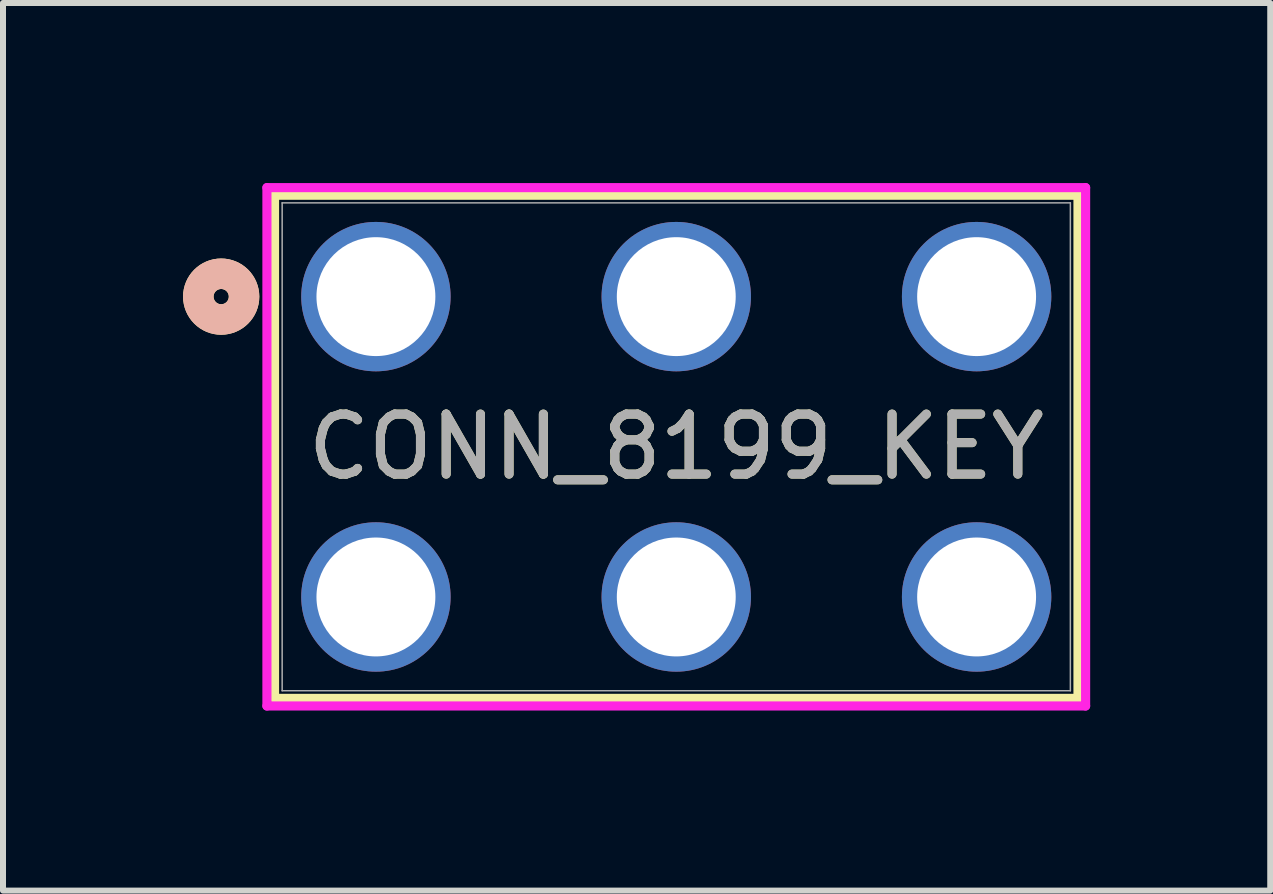
<source format=kicad_pcb>
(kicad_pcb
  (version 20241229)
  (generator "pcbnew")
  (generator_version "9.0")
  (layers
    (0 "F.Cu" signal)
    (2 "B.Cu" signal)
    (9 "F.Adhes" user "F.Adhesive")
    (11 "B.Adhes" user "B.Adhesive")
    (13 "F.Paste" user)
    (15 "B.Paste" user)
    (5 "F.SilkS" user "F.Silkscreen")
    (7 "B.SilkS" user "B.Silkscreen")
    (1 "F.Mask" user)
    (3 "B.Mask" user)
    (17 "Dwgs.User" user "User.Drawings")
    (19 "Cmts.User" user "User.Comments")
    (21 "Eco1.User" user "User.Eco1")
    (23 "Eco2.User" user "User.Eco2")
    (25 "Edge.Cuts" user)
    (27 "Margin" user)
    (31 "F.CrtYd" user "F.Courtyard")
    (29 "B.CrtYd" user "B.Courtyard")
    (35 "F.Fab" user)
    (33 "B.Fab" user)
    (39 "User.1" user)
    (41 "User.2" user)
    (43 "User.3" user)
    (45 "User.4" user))
  (footprint "CONN_8199_KEY"
    (layer "F.Cu")
    (at 3.213 1.892)
    (property "Reference" "CONN_8199_KEY" (at 5.004 2.502 0) (unlocked yes) (layer "F.SilkS") (effects (font (size 1 1) (thickness 0.15))))
    (attr through_hole)
    (fp_line (start -1.689 -1.689) (end -1.689 6.693) (stroke (width 0.152) (type solid)) (layer "F.SilkS"))
    (fp_line (start -1.689 6.693) (end 11.697 6.693) (stroke (width 0.152) (type solid)) (layer "F.SilkS"))
    (fp_line (start 11.697 -1.689) (end -1.689 -1.689) (stroke (width 0.152) (type solid)) (layer "F.SilkS"))
    (fp_line (start 11.697 6.693) (end 11.697 -1.689) (stroke (width 0.152) (type solid)) (layer "F.SilkS"))
    (fp_circle (center -2.578 0) (end -2.197 0) (stroke (width 0.508) (type solid)) (fill no) (layer "F.SilkS"))
    (fp_circle (center -2.578 0) (end -2.197 0) (stroke (width 0.508) (type solid)) (fill no) (layer "B.SilkS"))
    (fp_line (start -1.816 -1.816) (end -1.816 6.82) (stroke (width 0.152) (type solid)) (layer "F.CrtYd"))
    (fp_line (start -1.816 6.82) (end 11.824 6.82) (stroke (width 0.152) (type solid)) (layer "F.CrtYd"))
    (fp_line (start 11.824 -1.816) (end -1.816 -1.816) (stroke (width 0.152) (type solid)) (layer "F.CrtYd"))
    (fp_line (start 11.824 6.82) (end 11.824 -1.816) (stroke (width 0.152) (type solid)) (layer "F.CrtYd"))
    (fp_line (start -1.562 -1.562) (end -1.562 6.566) (stroke (width 0.025) (type solid)) (layer "F.Fab"))
    (fp_line (start -1.562 6.566) (end 11.57 6.566) (stroke (width 0.025) (type solid)) (layer "F.Fab"))
    (fp_line (start 11.57 -1.562) (end -1.562 -1.562) (stroke (width 0.025) (type solid)) (layer "F.Fab"))
    (fp_line (start 11.57 6.566) (end 11.57 -1.562) (stroke (width 0.025) (type solid)) (layer "F.Fab"))
    (fp_circle (center 0 0) (end 0.381 0) (stroke (width 0.508) (type solid)) (fill no) (layer "F.Fab"))
    (fp_text user "${REFERENCE}" (at 5.004 2.502 0) (unlocked yes) (layer "F.Fab") (effects (font (size 1 1) (thickness 0.15))))
    (pad "1" thru_hole circle (at 0 0) (size 2.489 2.489) (drill 1.981) (layers "*.Cu" "*.Mask"))
    (pad "2" thru_hole circle (at 0 5.004) (size 2.489 2.489) (drill 1.981) (layers "*.Cu" "*.Mask"))
    (pad "3" thru_hole circle (at 5.004 0) (size 2.489 2.489) (drill 1.981) (layers "*.Cu" "*.Mask"))
    (pad "4" thru_hole circle (at 5.004 5.004) (size 2.489 2.489) (drill 1.981) (layers "*.Cu" "*.Mask"))
    (pad "5" thru_hole circle (at 10.008 0) (size 2.489 2.489) (drill 1.981) (layers "*.Cu" "*.Mask"))
    (pad "6" thru_hole circle (at 10.008 5.004) (size 2.489 2.489) (drill 1.981) (layers "*.Cu" "*.Mask")))
  (gr_rect
    (start -3 -3)
    (end 18.113 11.788)
    (stroke (width 0.1) (type default))
    (fill no)
    (layer "Edge.Cuts")))
</source>
